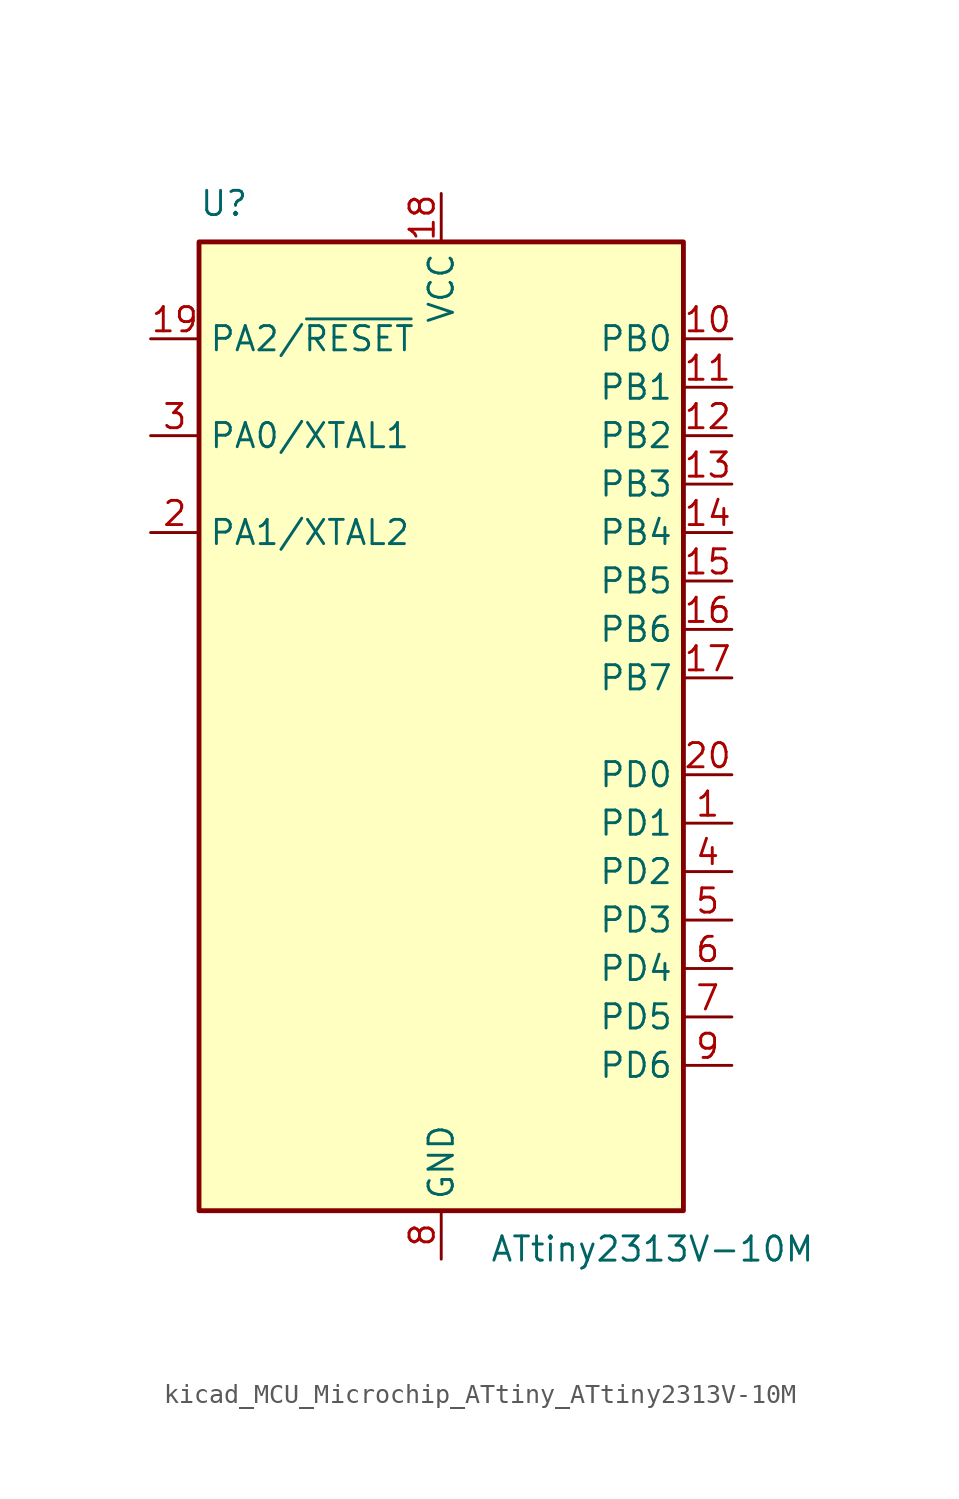
<source format=kicad_sym>
(kicad_symbol_lib
  (version 20220914)
  (generator kicad_symbol_editor)
  (symbol "kicad_MCU_Microchip_ATtiny_ATtiny2313V-10M"
    (property "Reference" "U"
      (at -12.7 26.67 0)
      (effects (font (size 1.27 1.27)) (justify left bottom)))
    (property "Value" "ATtiny2313V-10M"
      (at 2.54 -26.67 0)
      (effects (font (size 1.27 1.27)) (justify left top)))
    (symbol "kicad_MCU_Microchip_ATtiny_ATtiny2313V-10M_0_1"
      (rectangle (start -12.7 -25.4) (end 12.7 25.4) (stroke (width 0.254) (type default)) (fill (type background))))
    (symbol "kicad_MCU_Microchip_ATtiny_ATtiny2313V-10M_1_1"
      (pin bidirectional line (at 15.24 -5.08 180) (length 2.54) (name "PD1" (effects (font (size 1.27 1.27)))) (number "1" (effects (font (size 1.27 1.27)))))
      (pin bidirectional line (at 15.24 20.32 180) (length 2.54) (name "PB0" (effects (font (size 1.27 1.27)))) (number "10" (effects (font (size 1.27 1.27)))))
      (pin bidirectional line (at 15.24 17.78 180) (length 2.54) (name "PB1" (effects (font (size 1.27 1.27)))) (number "11" (effects (font (size 1.27 1.27)))))
      (pin bidirectional line (at 15.24 15.24 180) (length 2.54) (name "PB2" (effects (font (size 1.27 1.27)))) (number "12" (effects (font (size 1.27 1.27)))))
      (pin bidirectional line (at 15.24 12.7 180) (length 2.54) (name "PB3" (effects (font (size 1.27 1.27)))) (number "13" (effects (font (size 1.27 1.27)))))
      (pin bidirectional line (at 15.24 10.16 180) (length 2.54) (name "PB4" (effects (font (size 1.27 1.27)))) (number "14" (effects (font (size 1.27 1.27)))))
      (pin bidirectional line (at 15.24 7.62 180) (length 2.54) (name "PB5" (effects (font (size 1.27 1.27)))) (number "15" (effects (font (size 1.27 1.27)))))
      (pin bidirectional line (at 15.24 5.08 180) (length 2.54) (name "PB6" (effects (font (size 1.27 1.27)))) (number "16" (effects (font (size 1.27 1.27)))))
      (pin bidirectional line (at 15.24 2.54 180) (length 2.54) (name "PB7" (effects (font (size 1.27 1.27)))) (number "17" (effects (font (size 1.27 1.27)))))
      (pin power_in line (at 0 27.94 270) (length 2.54) (name "VCC" (effects (font (size 1.27 1.27)))) (number "18" (effects (font (size 1.27 1.27)))))
      (pin bidirectional line (at -15.24 20.32 0) (length 2.54) (name "PA2/~{RESET}" (effects (font (size 1.27 1.27)))) (number "19" (effects (font (size 1.27 1.27)))))
      (pin bidirectional line (at -15.24 10.16 0) (length 2.54) (name "PA1/XTAL2" (effects (font (size 1.27 1.27)))) (number "2" (effects (font (size 1.27 1.27)))))
      (pin bidirectional line (at 15.24 -2.54 180) (length 2.54) (name "PD0" (effects (font (size 1.27 1.27)))) (number "20" (effects (font (size 1.27 1.27)))))
      (pin passive line (at 0 -27.94 90) (length 2.54) hide (name "GND" (effects (font (size 1.27 1.27)))) (number "21" (effects (font (size 1.27 1.27)))))
      (pin bidirectional line (at -15.24 15.24 0) (length 2.54) (name "PA0/XTAL1" (effects (font (size 1.27 1.27)))) (number "3" (effects (font (size 1.27 1.27)))))
      (pin bidirectional line (at 15.24 -7.62 180) (length 2.54) (name "PD2" (effects (font (size 1.27 1.27)))) (number "4" (effects (font (size 1.27 1.27)))))
      (pin bidirectional line (at 15.24 -10.16 180) (length 2.54) (name "PD3" (effects (font (size 1.27 1.27)))) (number "5" (effects (font (size 1.27 1.27)))))
      (pin bidirectional line (at 15.24 -12.7 180) (length 2.54) (name "PD4" (effects (font (size 1.27 1.27)))) (number "6" (effects (font (size 1.27 1.27)))))
      (pin bidirectional line (at 15.24 -15.24 180) (length 2.54) (name "PD5" (effects (font (size 1.27 1.27)))) (number "7" (effects (font (size 1.27 1.27)))))
      (pin power_in line (at 0 -27.94 90) (length 2.54) (name "GND" (effects (font (size 1.27 1.27)))) (number "8" (effects (font (size 1.27 1.27)))))
      (pin bidirectional line (at 15.24 -17.78 180) (length 2.54) (name "PD6" (effects (font (size 1.27 1.27)))) (number "9" (effects (font (size 1.27 1.27))))))))
</source>
